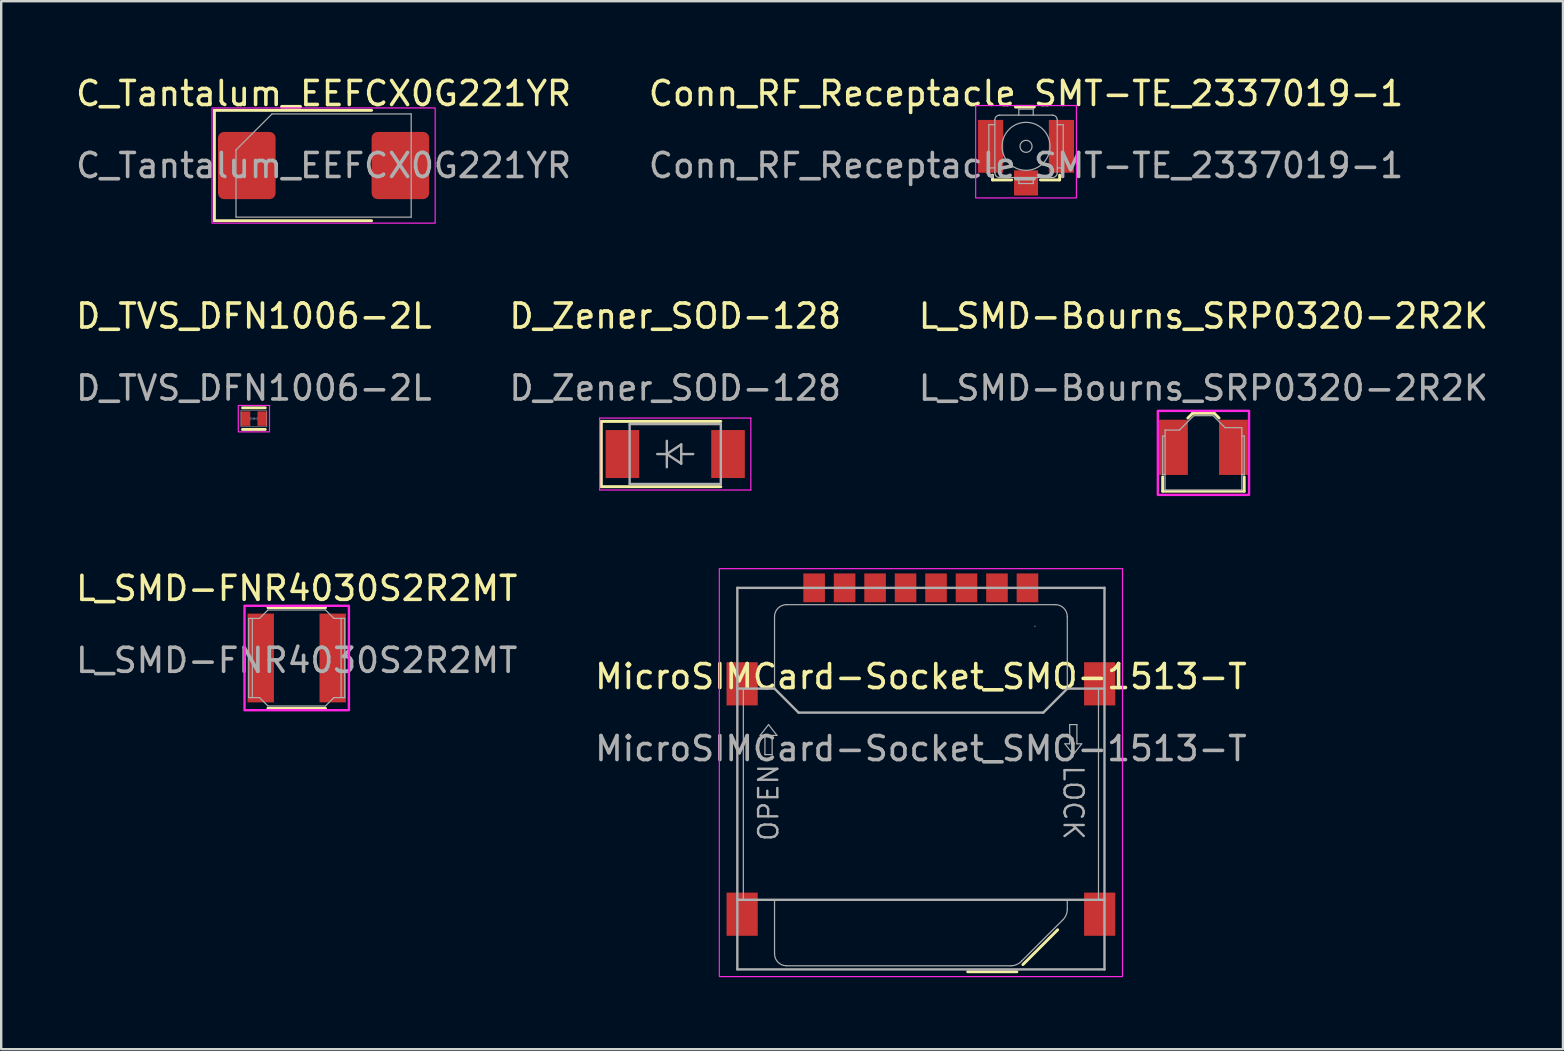
<source format=kicad_pcb>
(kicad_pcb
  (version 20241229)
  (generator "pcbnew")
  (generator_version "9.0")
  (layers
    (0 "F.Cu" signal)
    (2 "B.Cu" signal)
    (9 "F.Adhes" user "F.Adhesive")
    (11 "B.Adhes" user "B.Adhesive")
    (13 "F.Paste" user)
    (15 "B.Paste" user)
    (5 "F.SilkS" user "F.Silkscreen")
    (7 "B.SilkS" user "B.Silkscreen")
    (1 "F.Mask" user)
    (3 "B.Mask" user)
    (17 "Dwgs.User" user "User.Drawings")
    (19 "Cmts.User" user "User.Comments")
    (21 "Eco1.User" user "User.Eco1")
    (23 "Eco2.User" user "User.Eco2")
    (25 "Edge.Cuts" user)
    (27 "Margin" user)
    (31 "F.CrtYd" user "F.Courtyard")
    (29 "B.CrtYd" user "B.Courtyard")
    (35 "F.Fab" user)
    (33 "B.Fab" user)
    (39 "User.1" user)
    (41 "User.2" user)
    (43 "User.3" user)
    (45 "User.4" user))
  (footprint "L_SMD-FNR4030S2R2MT"
    (layer "F.Cu")
    (at 9.315 24.37)
    (property "Reference" "L_SMD-FNR4030S2R2MT" (at 0 -2.9 0) (unlocked yes) (layer "F.SilkS") (effects (font (size 1 1) (thickness 0.15))))
    (attr smd)
    (fp_line (start -1.2 -2.1) (end 1.2 -2.1) (stroke (width 0.12) (type solid)) (layer "F.SilkS"))
    (fp_line (start -1.2 2.1) (end 1.2 2.1) (stroke (width 0.12) (type solid)) (layer "F.SilkS"))
    (fp_rect (start -2.175 -2.175) (end 2.175 2.175) (stroke (width 0.1) (type solid)) (fill no) (layer "F.CrtYd"))
    (fp_line (start -2 -1.65) (end -2 1.65) (stroke (width 0.05) (type solid)) (layer "F.Fab"))
    (fp_line (start -1.85 1.65) (end -1.85 -1.65) (stroke (width 0.05) (type solid)) (layer "F.Fab"))
    (fp_line (start -1.55 -1.65) (end -2 -1.65) (stroke (width 0.05) (type solid)) (layer "F.Fab"))
    (fp_line (start -1.55 1.65) (end -2 1.65) (stroke (width 0.05) (type solid)) (layer "F.Fab"))
    (fp_line (start -1.2 -2) (end -1.55 -1.65) (stroke (width 0.05) (type solid)) (layer "F.Fab"))
    (fp_line (start -1.2 2) (end -1.55 1.65) (stroke (width 0.05) (type solid)) (layer "F.Fab"))
    (fp_line (start -1.2 2) (end 1.2 2) (stroke (width 0.05) (type solid)) (layer "F.Fab"))
    (fp_line (start 1.2 -2) (end -1.2 -2) (stroke (width 0.05) (type solid)) (layer "F.Fab"))
    (fp_line (start 1.2 -2) (end 1.55 -1.65) (stroke (width 0.05) (type solid)) (layer "F.Fab"))
    (fp_line (start 1.2 2) (end 1.55 1.65) (stroke (width 0.05) (type solid)) (layer "F.Fab"))
    (fp_line (start 1.55 -1.65) (end 2 -1.65) (stroke (width 0.05) (type solid)) (layer "F.Fab"))
    (fp_line (start 1.55 1.65) (end 2 1.65) (stroke (width 0.05) (type solid)) (layer "F.Fab"))
    (fp_line (start 1.85 -1.65) (end 1.85 1.65) (stroke (width 0.05) (type solid)) (layer "F.Fab"))
    (fp_line (start 2 1.65) (end 2 -1.65) (stroke (width 0.05) (type solid)) (layer "F.Fab"))
    (fp_text user "${REFERENCE}" (at 0 0.1 0) (unlocked yes) (layer "F.Fab") (effects (font (size 1 1) (thickness 0.15))))
    (pad "1" smd rect (at -1.5 0) (size 1.1 3.7) (layers "F.Cu" "F.Mask" "F.Paste"))
    (pad "2" smd rect (at 1.5 0) (size 1.1 3.7) (layers "F.Cu" "F.Mask" "F.Paste")))
  (footprint "D_TVS_DFN1006-2L"
    (layer "F.Cu")
    (at 7.53 14.396)
    (property "Reference" "D_TVS_DFN1006-2L" (at 0 -4.275 0) (unlocked yes) (layer "F.SilkS") (effects (font (size 1 1) (thickness 0.15))))
    (attr smd)
    (fp_line (start -0.475 -0.45) (end 0.475 -0.45) (stroke (width 0.12) (type solid)) (layer "F.SilkS"))
    (fp_line (start -0.475 0.45) (end 0.475 0.45) (stroke (width 0.12) (type solid)) (layer "F.SilkS"))
    (fp_rect (start 0.65 0.55) (end -0.65 -0.55) (stroke (width 0.05) (type solid)) (fill no) (layer "F.CrtYd"))
    (fp_line (start -0.17 0) (end 0.17 0) (stroke (width 0.01) (type solid)) (layer "F.Fab"))
    (fp_line (start -0.135 -0.06) (end -0.135 0.06) (stroke (width 0.01) (type solid)) (layer "F.Fab"))
    (fp_line (start -0.135 0.06) (end -0.015 0) (stroke (width 0.01) (type solid)) (layer "F.Fab"))
    (fp_line (start -0.015 -0.04) (end -0.015 0.04) (stroke (width 0.01) (type solid)) (layer "F.Fab"))
    (fp_line (start -0.015 0) (end -0.135 -0.06) (stroke (width 0.01) (type solid)) (layer "F.Fab"))
    (fp_line (start -0.015 0.04) (end -0.035 0.06) (stroke (width 0.01) (type solid)) (layer "F.Fab"))
    (fp_line (start -0.005 0.06) (end 0.015 0.04) (stroke (width 0.01) (type solid)) (layer "F.Fab"))
    (fp_line (start 0.005 -0.06) (end -0.015 -0.04) (stroke (width 0.01) (type solid)) (layer "F.Fab"))
    (fp_line (start 0.015 -0.04) (end 0.035 -0.06) (stroke (width 0.01) (type solid)) (layer "F.Fab"))
    (fp_line (start 0.015 0) (end 0.135 0.06) (stroke (width 0.01) (type solid)) (layer "F.Fab"))
    (fp_line (start 0.015 0.04) (end 0.015 -0.04) (stroke (width 0.01) (type solid)) (layer "F.Fab"))
    (fp_line (start 0.135 -0.06) (end 0.015 0) (stroke (width 0.01) (type solid)) (layer "F.Fab"))
    (fp_line (start 0.135 0.06) (end 0.135 -0.06) (stroke (width 0.01) (type solid)) (layer "F.Fab"))
    (fp_rect (start -0.54 -0.34) (end 0.54 0.34) (stroke (width 0.02) (type solid)) (fill no) (layer "F.Fab"))
    (fp_text user "${REFERENCE}" (at 0 -1.275 0) (unlocked yes) (layer "F.Fab") (effects (font (size 1 1) (thickness 0.15))))
    (pad "1" smd rect (at -0.35 0) (size 0.4 0.6) (layers "F.Cu" "F.Mask" "F.Paste"))
    (pad "2" smd rect (at 0.35 0) (size 0.4 0.6) (layers "F.Cu" "F.Mask" "F.Paste")))
  (footprint "D_Zener_SOD-128"
    (layer "F.Cu")
    (at 25.089 15.871)
    (property "Reference" "D_Zener_SOD-128" (at 0 -5.75 0) (unlocked yes) (layer "F.SilkS") (effects (font (size 1 1) (thickness 0.15))))
    (attr smd)
    (fp_line (start -3.08 -1.36) (end -3.08 1.36) (stroke (width 0.12) (type solid)) (layer "F.SilkS"))
    (fp_line (start -3.08 -1.36) (end 1.9 -1.36) (stroke (width 0.12) (type solid)) (layer "F.SilkS"))
    (fp_line (start -3.08 1.36) (end 1.9 1.36) (stroke (width 0.12) (type solid)) (layer "F.SilkS"))
    (fp_line (start -3.15 -1.5) (end -3.15 1.5) (stroke (width 0.05) (type solid)) (layer "F.CrtYd"))
    (fp_line (start -3.15 -1.5) (end 3.15 -1.5) (stroke (width 0.05) (type solid)) (layer "F.CrtYd"))
    (fp_line (start 3.15 -1.5) (end 3.15 1.5) (stroke (width 0.05) (type solid)) (layer "F.CrtYd"))
    (fp_line (start 3.15 1.5) (end -3.15 1.5) (stroke (width 0.05) (type solid)) (layer "F.CrtYd"))
    (fp_line (start -1.9 -1.25) (end 1.9 -1.25) (stroke (width 0.1) (type solid)) (layer "F.Fab"))
    (fp_line (start -1.9 1.25) (end -1.9 -1.25) (stroke (width 0.1) (type solid)) (layer "F.Fab"))
    (fp_line (start -0.75 0) (end -0.35 0) (stroke (width 0.1) (type solid)) (layer "F.Fab"))
    (fp_line (start -0.35 0) (end -0.35 -0.55) (stroke (width 0.1) (type solid)) (layer "F.Fab"))
    (fp_line (start -0.35 0) (end -0.35 0.55) (stroke (width 0.1) (type solid)) (layer "F.Fab"))
    (fp_line (start -0.35 0) (end 0.25 -0.4) (stroke (width 0.1) (type solid)) (layer "F.Fab"))
    (fp_line (start 0.25 -0.4) (end 0.25 0.4) (stroke (width 0.1) (type solid)) (layer "F.Fab"))
    (fp_line (start 0.25 0) (end 0.75 0) (stroke (width 0.1) (type solid)) (layer "F.Fab"))
    (fp_line (start 0.25 0.4) (end -0.35 0) (stroke (width 0.1) (type solid)) (layer "F.Fab"))
    (fp_line (start 1.9 -1.25) (end 1.9 1.25) (stroke (width 0.1) (type solid)) (layer "F.Fab"))
    (fp_line (start 1.9 1.25) (end -1.9 1.25) (stroke (width 0.1) (type solid)) (layer "F.Fab"))
    (fp_text user "${REFERENCE}" (at 0 -2.75 0) (unlocked yes) (layer "F.Fab") (effects (font (size 1 1) (thickness 0.15))))
    (pad "1" smd rect (at -2.2 0) (size 1.4 2) (layers "F.Cu" "F.Mask" "F.Paste"))
    (pad "2" smd rect (at 2.2 0) (size 1.4 2) (layers "F.Cu" "F.Mask" "F.Paste")))
  (footprint "L_SMD-Bourns_SRP0320-2R2K"
    (layer "F.Cu")
    (at 47.101 15.822)
    (property "Reference" "L_SMD-Bourns_SRP0320-2R2K" (at 0 -5.7 0) (unlocked yes) (layer "F.SilkS") (effects (font (size 1 1) (thickness 0.15))))
    (attr smd)
    (fp_line (start -1.7 1) (end -1.7 1.6) (stroke (width 0.12) (type solid)) (layer "F.SilkS"))
    (fp_line (start -1.7 1.6) (end 1.7 1.6) (stroke (width 0.12) (type solid)) (layer "F.SilkS"))
    (fp_line (start -0.65 -1.45) (end -0.45 -1.65) (stroke (width 0.12) (type solid)) (layer "F.SilkS"))
    (fp_line (start -0.45 -1.65) (end 0.45 -1.65) (stroke (width 0.12) (type solid)) (layer "F.SilkS"))
    (fp_line (start 0.45 -1.65) (end 0.65 -1.45) (stroke (width 0.12) (type solid)) (layer "F.SilkS"))
    (fp_line (start 1.7 1.6) (end 1.7 1) (stroke (width 0.12) (type solid)) (layer "F.SilkS"))
    (fp_rect (start -1.9 -1.75) (end 1.9 1.75) (stroke (width 0.1) (type solid)) (fill no) (layer "F.CrtYd"))
    (fp_line (start -1.7 -0.7) (end -1.7 0.9) (stroke (width 0.05) (type solid)) (layer "F.Fab"))
    (fp_line (start -1.7 -0.7) (end -1.6 -0.7) (stroke (width 0.05) (type solid)) (layer "F.Fab"))
    (fp_line (start -1.6 0.9) (end -1.7 0.9) (stroke (width 0.05) (type solid)) (layer "F.Fab"))
    (fp_line (start -1.6 1.55) (end -1.6 -0.95) (stroke (width 0.05) (type solid)) (layer "F.Fab"))
    (fp_line (start -1.6 1.55) (end 1.6 1.55) (stroke (width 0.05) (type solid)) (layer "F.Fab"))
    (fp_line (start -1 -0.95) (end -1.6 -0.95) (stroke (width 0.05) (type solid)) (layer "F.Fab"))
    (fp_line (start -0.4 -1.55) (end -1 -0.95) (stroke (width 0.05) (type solid)) (layer "F.Fab"))
    (fp_line (start 0.4 -1.55) (end -0.4 -1.55) (stroke (width 0.05) (type solid)) (layer "F.Fab"))
    (fp_line (start 0.4 -1.55) (end 0.9 -1.05) (stroke (width 0.05) (type solid)) (layer "F.Fab"))
    (fp_line (start 0.9 -1.05) (end 1.6 -1.05) (stroke (width 0.05) (type solid)) (layer "F.Fab"))
    (fp_line (start 1.6 0.9) (end 1.7 0.9) (stroke (width 0.05) (type solid)) (layer "F.Fab"))
    (fp_line (start 1.6 1.55) (end 1.6 -1.05) (stroke (width 0.05) (type solid)) (layer "F.Fab"))
    (fp_line (start 1.7 -0.7) (end 1.6 -0.7) (stroke (width 0.05) (type solid)) (layer "F.Fab"))
    (fp_line (start 1.7 -0.7) (end 1.7 0.9) (stroke (width 0.05) (type solid)) (layer "F.Fab"))
    (fp_text user "${REFERENCE}" (at 0 -2.7 0) (unlocked yes) (layer "F.Fab") (effects (font (size 1 1) (thickness 0.15))))
    (pad "1" smd rect (at -1.25 -0.23) (size 1.2 2.3) (layers "F.Cu" "F.Mask" "F.Paste"))
    (pad "2" smd rect (at 1.25 -0.23) (size 1.2 2.3) (layers "F.Cu" "F.Mask" "F.Paste")))
  (footprint "MicroSIMCard-Socket_SMO-1513-T"
    (layer "F.Cu")
    (at 35.327 21.447)
    (property "Reference" "MicroSIMCard-Socket_SMO-1513-T" (at 0 3.7 0) (unlocked yes) (layer "F.SilkS") (effects (font (size 1 1) (thickness 0.15))))
    (attr smd)
    (fp_line (start 4 16) (end 1.95 16) (stroke (width 0.12) (type solid)) (layer "F.SilkS"))
    (fp_line (start 4.25 15.7) (end 5.7 14.25) (stroke (width 0.12) (type solid)) (layer "F.SilkS"))
    (fp_rect (start -8.4 -0.8) (end 8.4 16.2) (stroke (width 0.05) (type solid)) (fill no) (layer "F.CrtYd"))
    (fp_line (start -7.65 0) (end -7.65 15.9) (stroke (width 0.1) (type solid)) (layer "F.Fab"))
    (fp_line (start -7.65 0) (end 7.65 0) (stroke (width 0.1) (type solid)) (layer "F.Fab"))
    (fp_line (start -7.65 4.2) (end -6.1 4.2) (stroke (width 0.1) (type solid)) (layer "F.Fab"))
    (fp_line (start -7.65 13) (end 7.65 13) (stroke (width 0.1) (type solid)) (layer "F.Fab"))
    (fp_line (start -7.65 15.9) (end 7.65 15.9) (stroke (width 0.1) (type solid)) (layer "F.Fab"))
    (fp_line (start -7.4 4.2) (end -7.4 13) (stroke (width 0.05) (type solid)) (layer "F.Fab"))
    (fp_line (start -6.7 6.15) (end -6.35 5.7) (stroke (width 0.05) (type solid)) (layer "F.Fab"))
    (fp_line (start -6.5 6.15) (end -6.7 6.15) (stroke (width 0.05) (type solid)) (layer "F.Fab"))
    (fp_line (start -6.5 6.95) (end -6.5 6.15) (stroke (width 0.05) (type solid)) (layer "F.Fab"))
    (fp_line (start -6.5 6.95) (end -6.2 6.95) (stroke (width 0.05) (type solid)) (layer "F.Fab"))
    (fp_line (start -6.2 6.15) (end -6 6.15) (stroke (width 0.05) (type solid)) (layer "F.Fab"))
    (fp_line (start -6.2 6.95) (end -6.2 6.15) (stroke (width 0.05) (type solid)) (layer "F.Fab"))
    (fp_line (start -6.1 1.2) (end -6.1 4.2) (stroke (width 0.05) (type solid)) (layer "F.Fab"))
    (fp_line (start -6.1 4.2) (end -5.1 5.2) (stroke (width 0.1) (type solid)) (layer "F.Fab"))
    (fp_line (start -6.1 15.25) (end -6.1 13) (stroke (width 0.05) (type solid)) (layer "F.Fab"))
    (fp_line (start -6 6.15) (end -6.35 5.7) (stroke (width 0.05) (type solid)) (layer "F.Fab"))
    (fp_line (start -5.6 0.7) (end 5.6 0.7) (stroke (width 0.05) (type solid)) (layer "F.Fab"))
    (fp_line (start -5.6 15.75) (end 3.75 15.75) (stroke (width 0.05) (type solid)) (layer "F.Fab"))
    (fp_line (start -5.1 5.2) (end 5.1 5.2) (stroke (width 0.1) (type solid)) (layer "F.Fab"))
    (fp_line (start 4.2 15.55) (end 5.9 13.85) (stroke (width 0.05) (type solid)) (layer "F.Fab"))
    (fp_line (start 4.75 1.6) (end 4.75 1.6) (stroke (width 0.05) (type solid)) (layer "F.Fab"))
    (fp_line (start 6 6.5) (end 6.35 6.95) (stroke (width 0.05) (type solid)) (layer "F.Fab"))
    (fp_line (start 6.1 1.2) (end 6.1 4.2) (stroke (width 0.05) (type solid)) (layer "F.Fab"))
    (fp_line (start 6.1 4.2) (end 5.1 5.2) (stroke (width 0.1) (type solid)) (layer "F.Fab"))
    (fp_line (start 6.1 4.2) (end 7.65 4.2) (stroke (width 0.1) (type solid)) (layer "F.Fab"))
    (fp_line (start 6.1 13.4) (end 6.1 13) (stroke (width 0.05) (type solid)) (layer "F.Fab"))
    (fp_line (start 6.2 5.7) (end 6.2 6.5) (stroke (width 0.05) (type solid)) (layer "F.Fab"))
    (fp_line (start 6.2 6.5) (end 6 6.5) (stroke (width 0.05) (type solid)) (layer "F.Fab"))
    (fp_line (start 6.5 5.7) (end 6.2 5.7) (stroke (width 0.05) (type solid)) (layer "F.Fab"))
    (fp_line (start 6.5 5.7) (end 6.5 6.5) (stroke (width 0.05) (type solid)) (layer "F.Fab"))
    (fp_line (start 6.5 6.5) (end 6.7 6.5) (stroke (width 0.05) (type solid)) (layer "F.Fab"))
    (fp_line (start 6.7 6.5) (end 6.35 6.95) (stroke (width 0.05) (type solid)) (layer "F.Fab"))
    (fp_line (start 7.4 4.2) (end 7.4 13) (stroke (width 0.05) (type solid)) (layer "F.Fab"))
    (fp_line (start 7.65 15.9) (end 7.65 0) (stroke (width 0.1) (type solid)) (layer "F.Fab"))
    (fp_arc (start -6.1 1.2) (mid -5.953553 0.846447) (end -5.6 0.7) (stroke (width 0.05) (type solid)) (layer "F.Fab"))
    (fp_arc (start -5.6 15.75) (mid -5.953553 15.603553) (end -6.1 15.25) (stroke (width 0.05) (type solid)) (layer "F.Fab"))
    (fp_arc (start 4.2 15.55) (mid 3.995722 15.696625) (end 3.75 15.75) (stroke (width 0.05) (type solid)) (layer "F.Fab"))
    (fp_arc (start 5.6 0.7) (mid 5.953553 0.846447) (end 6.1 1.2) (stroke (width 0.05) (type solid)) (layer "F.Fab"))
    (fp_arc (start 6.1 13.4) (mid 6.046675 13.645744) (end 5.9 13.85) (stroke (width 0.05) (type solid)) (layer "F.Fab"))
    (fp_text user "LOCK" (at 6.35 8.95 270) (unlocked yes) (layer "F.Fab") (effects (font (size 0.8 0.8) (thickness 0.1))))
    (fp_text user "${REFERENCE}" (at 0 6.7 0) (unlocked yes) (layer "F.Fab") (effects (font (size 1 1) (thickness 0.15))))
    (fp_text user "OPEN" (at -6.35 8.95 90) (unlocked yes) (layer "F.Fab") (effects (font (size 0.8 0.8) (thickness 0.1))))
    (pad "1" smd rect (at -4.45 0) (size 0.9 1.2) (layers "F.Cu" "F.Mask" "F.Paste"))
    (pad "2" smd rect (at -1.91 0) (size 0.9 1.2) (layers "F.Cu" "F.Mask" "F.Paste"))
    (pad "3" smd rect (at 0.63 0) (size 0.9 1.2) (layers "F.Cu" "F.Mask" "F.Paste"))
    (pad "4" smd rect (at 3.17 0) (size 0.9 1.2) (layers "F.Cu" "F.Mask" "F.Paste"))
    (pad "5" smd rect (at -3.18 0) (size 0.9 1.2) (layers "F.Cu" "F.Mask" "F.Paste"))
    (pad "6" smd rect (at -0.64 0) (size 0.9 1.2) (layers "F.Cu" "F.Mask" "F.Paste"))
    (pad "7" smd rect (at 1.9 0) (size 0.9 1.2) (layers "F.Cu" "F.Mask" "F.Paste"))
    (pad "8" smd rect (at 4.44 0) (size 0.9 1.2) (layers "F.Cu" "F.Mask" "F.Paste"))
    (pad "9" smd rect (at -7.45 4) (size 1.3 1.8) (layers "F.Cu" "F.Mask" "F.Paste"))
    (pad "9" smd rect (at -7.45 13.6) (size 1.3 1.8) (layers "F.Cu" "F.Mask" "F.Paste"))
    (pad "9" smd rect (at 7.45 4) (size 1.3 1.8) (layers "F.Cu" "F.Mask" "F.Paste"))
    (pad "9" smd rect (at 7.45 13.6) (size 1.3 1.8) (layers "F.Cu" "F.Mask" "F.Paste")))
  (footprint "Conn_RF_Receptacle_SMT-TE_2337019-1"
    (layer "F.Cu")
    (at 39.708 3.048)
    (property "Reference" "Conn_RF_Receptacle_SMT-TE_2337019-1" (at 0 -2.2 0) (unlocked yes) (layer "F.SilkS") (effects (font (size 1 1) (thickness 0.15))))
    (attr smd)
    (fp_line (start -1.4 1.2) (end -1.4 1.4) (stroke (width 0.12) (type solid)) (layer "F.SilkS"))
    (fp_line (start -1.4 1.4) (end -0.6 1.4) (stroke (width 0.12) (type solid)) (layer "F.SilkS"))
    (fp_line (start 1.4 1.2) (end 1.4 1.4) (stroke (width 0.12) (type solid)) (layer "F.SilkS"))
    (fp_line (start 1.4 1.4) (end 0.6 1.4) (stroke (width 0.12) (type solid)) (layer "F.SilkS"))
    (fp_rect (start -2.1 2.15) (end 2.1 -1.7) (stroke (width 0.05) (type solid)) (fill no) (layer "F.CrtYd"))
    (fp_line (start -1.55 -0.9) (end -1.3 -0.9) (stroke (width 0.05) (type solid)) (layer "F.Fab"))
    (fp_line (start -1.55 0.9) (end -1.55 -0.9) (stroke (width 0.05) (type solid)) (layer "F.Fab"))
    (fp_line (start -1.3 0.9) (end -1.55 0.9) (stroke (width 0.05) (type solid)) (layer "F.Fab"))
    (fp_line (start -1.3 -1.1) (end -1.3 1.1) (stroke (width 0.05) (type solid)) (layer "F.Fab"))
    (fp_line (start -1.1 1.3) (end 1.1 1.3) (stroke (width 0.05) (type solid)) (layer "F.Fab"))
    (fp_line (start -0.3 -1.55) (end 0.3 -1.55) (stroke (width 0.05) (type solid)) (layer "F.Fab"))
    (fp_line (start -0.3 -1.3) (end -0.3 -1.55) (stroke (width 0.05) (type solid)) (layer "F.Fab"))
    (fp_line (start -0.3 1.55) (end -0.3 1.3) (stroke (width 0.05) (type solid)) (layer "F.Fab"))
    (fp_line (start 0.3 -1.55) (end 0.3 -1.3) (stroke (width 0.05) (type solid)) (layer "F.Fab"))
    (fp_line (start 0.3 1.3) (end 0.3 1.55) (stroke (width 0.05) (type solid)) (layer "F.Fab"))
    (fp_line (start 0.3 1.55) (end -0.3 1.55) (stroke (width 0.05) (type solid)) (layer "F.Fab"))
    (fp_line (start 1.1 -1.3) (end -1.1 -1.3) (stroke (width 0.05) (type solid)) (layer "F.Fab"))
    (fp_line (start 1.3 -0.9) (end 1.55 -0.9) (stroke (width 0.05) (type solid)) (layer "F.Fab"))
    (fp_line (start 1.3 1.1) (end 1.3 -1.1) (stroke (width 0.05) (type solid)) (layer "F.Fab"))
    (fp_line (start 1.55 -0.9) (end 1.55 0.9) (stroke (width 0.05) (type solid)) (layer "F.Fab"))
    (fp_line (start 1.55 0.9) (end 1.3 0.9) (stroke (width 0.05) (type solid)) (layer "F.Fab"))
    (fp_arc (start -1.299999 -1.100001) (mid -1.24142 -1.241422) (end -1.099999 -1.300001) (stroke (width 0.05) (type solid)) (layer "F.Fab"))
    (fp_arc (start -1.1 1.3) (mid -1.241421 1.241421) (end -1.3 1.1) (stroke (width 0.05) (type solid)) (layer "F.Fab"))
    (fp_arc (start 1.100001 -1.300001) (mid 1.241422 -1.241422) (end 1.300001 -1.100001) (stroke (width 0.05) (type solid)) (layer "F.Fab"))
    (fp_arc (start 1.3 1.1) (mid 1.241421 1.241421) (end 1.1 1.3) (stroke (width 0.05) (type solid)) (layer "F.Fab"))
    (fp_circle (center 0 0) (end 0.25 0) (stroke (width 0.05) (type solid)) (fill no) (layer "F.Fab"))
    (fp_circle (center 0 0) (end 1 0) (stroke (width 0.05) (type solid)) (fill no) (layer "F.Fab"))
    (fp_text user "${REFERENCE}" (at 0 0.8 0) (unlocked yes) (layer "F.Fab") (effects (font (size 1 1) (thickness 0.15))))
    (pad "1" smd rect (at 0 1.525) (size 1 1.05) (layers "F.Cu" "F.Mask" "F.Paste"))
    (pad "2" smd rect (at -1.475 0) (size 1.05 2.2) (layers "F.Cu" "F.Mask" "F.Paste"))
    (pad "2" smd rect (at 1.475 0) (size 1.05 2.2) (layers "F.Cu" "F.Mask" "F.Paste"))
    (zone (net_name "") (layers "F.Cu" "B.Cu") (hatch full 0.508) (connect_pads) (min_thickness 0.254) (filled_areas_thickness no) (keepout (tracks not_allowed) (vias not_allowed) (pads not_allowed) (copperpour not_allowed) (footprints not_allowed)) (placement (enabled no)) (fill) (polygon (pts (xy 40.608 3.998) (xy 38.808 3.998) (xy 38.808 1.948) (xy 40.608 1.948)))))
  (footprint "C_Tantalum_EEFCX0G221YR"
    (layer "F.Cu")
    (at 10.435 3.848)
    (property "Reference" "C_Tantalum_EEFCX0G221YR" (at 0 -3 0) (unlocked yes) (layer "F.SilkS") (effects (font (size 1 1) (thickness 0.15))))
    (attr smd)
    (fp_line (start -4.55 -2.3) (end -4.55 2.3) (stroke (width 0.12) (type solid)) (layer "F.SilkS"))
    (fp_line (start 2 -2.3) (end -4.55 -2.3) (stroke (width 0.12) (type solid)) (layer "F.SilkS"))
    (fp_line (start 2 2.3) (end -4.55 2.3) (stroke (width 0.12) (type solid)) (layer "F.SilkS"))
    (fp_rect (start -4.65 -2.4) (end 4.65 2.4) (stroke (width 0.05) (type solid)) (fill no) (layer "F.CrtYd"))
    (fp_line (start -3.65 -0.65) (end -3.65 2.15) (stroke (width 0.05) (type solid)) (layer "F.Fab"))
    (fp_line (start -3.65 -0.65) (end -2.15 -2.15) (stroke (width 0.05) (type solid)) (layer "F.Fab"))
    (fp_line (start -3.65 2.15) (end 3.65 2.15) (stroke (width 0.05) (type solid)) (layer "F.Fab"))
    (fp_line (start 3.65 -2.15) (end -2.15 -2.15) (stroke (width 0.05) (type solid)) (layer "F.Fab"))
    (fp_line (start 3.65 2.15) (end 3.65 -2.15) (stroke (width 0.05) (type solid)) (layer "F.Fab"))
    (fp_text user "${REFERENCE}" (at 0 0 0) (unlocked yes) (layer "F.Fab") (effects (font (size 1 1) (thickness 0.15))))
    (pad "1" smd roundrect (at -3.2 0) (size 2.4 2.8) (layers "F.Cu" "F.Mask" "F.Paste") (roundrect_rratio 0.104))
    (pad "2" smd roundrect (at 3.2 0) (size 2.4 2.8) (layers "F.Cu" "F.Mask" "F.Paste") (roundrect_rratio 0.104)))
  (gr_rect
    (start -3 -3)
    (end 62.083 40.672)
    (stroke (width 0.1) (type default))
    (fill no)
    (layer "Edge.Cuts")))
</source>
